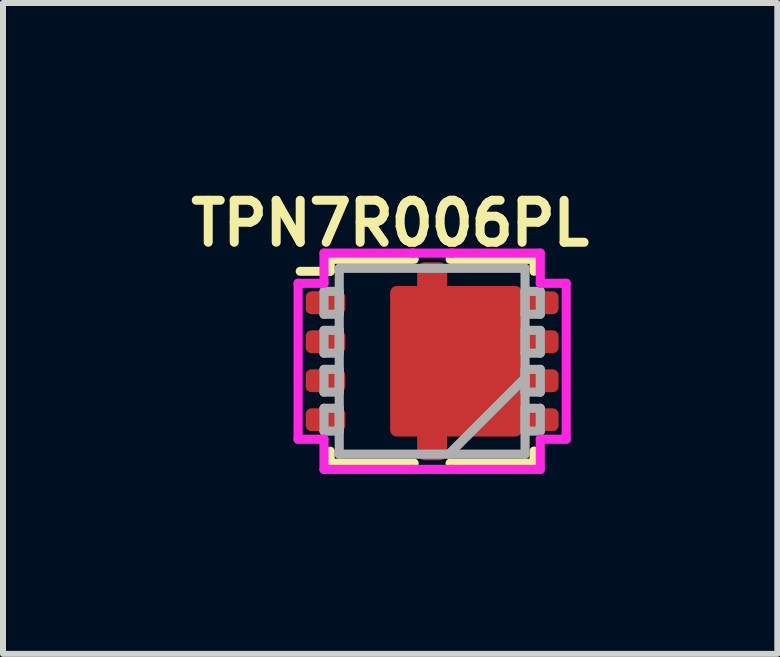
<source format=kicad_pcb>
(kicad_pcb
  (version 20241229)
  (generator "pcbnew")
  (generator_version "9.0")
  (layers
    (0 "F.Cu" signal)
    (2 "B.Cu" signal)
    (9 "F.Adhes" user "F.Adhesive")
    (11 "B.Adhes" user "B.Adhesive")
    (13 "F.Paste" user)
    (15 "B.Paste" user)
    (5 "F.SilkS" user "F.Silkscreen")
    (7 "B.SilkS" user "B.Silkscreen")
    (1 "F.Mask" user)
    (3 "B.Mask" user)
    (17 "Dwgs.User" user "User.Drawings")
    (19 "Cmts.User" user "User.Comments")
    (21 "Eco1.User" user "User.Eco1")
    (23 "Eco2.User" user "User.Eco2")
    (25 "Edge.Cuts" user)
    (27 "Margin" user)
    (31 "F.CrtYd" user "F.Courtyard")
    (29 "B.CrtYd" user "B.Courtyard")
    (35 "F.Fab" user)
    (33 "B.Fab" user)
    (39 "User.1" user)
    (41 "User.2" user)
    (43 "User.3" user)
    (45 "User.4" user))
  (footprint "TPN7R006PL"
    (layer "F.Cu")
    (at 4.155 2.973)
    (property "Reference" "TPN7R006PL" (at -0.7 -2.3 0) (layer "F.SilkS") (effects (font (size 0.7 0.7) (thickness 0.15))))
    (attr smd)
    (fp_line (start -1.7 -1.7) (end -1.7 -1.5) (stroke (width 0.152) (type solid)) (layer "F.SilkS"))
    (fp_line (start -1.7 -1.5) (end -2.2 -1.5) (stroke (width 0.15) (type solid)) (layer "F.SilkS"))
    (fp_line (start -1.7 1.5) (end -1.7 1.7) (stroke (width 0.152) (type solid)) (layer "F.SilkS"))
    (fp_line (start -1.7 1.7) (end -0.3 1.7) (stroke (width 0.152) (type solid)) (layer "F.SilkS"))
    (fp_line (start -0.3 -1.7) (end -1.7 -1.7) (stroke (width 0.152) (type solid)) (layer "F.SilkS"))
    (fp_line (start 0.3 1.7) (end 1.7 1.7) (stroke (width 0.152) (type solid)) (layer "F.SilkS"))
    (fp_line (start 1.7 -1.7) (end 0.3 -1.7) (stroke (width 0.152) (type solid)) (layer "F.SilkS"))
    (fp_line (start 1.7 -1.5) (end 1.7 -1.7) (stroke (width 0.152) (type solid)) (layer "F.SilkS"))
    (fp_line (start 1.7 1.676) (end 1.7 1.498) (stroke (width 0.152) (type solid)) (layer "F.SilkS"))
    (fp_line (start -2.235 -1.3) (end -1.803 -1.3) (stroke (width 0.152) (type solid)) (layer "F.CrtYd"))
    (fp_line (start -2.235 1.3) (end -2.235 -1.3) (stroke (width 0.152) (type solid)) (layer "F.CrtYd"))
    (fp_line (start -1.803 -1.803) (end -0.325 -1.803) (stroke (width 0.152) (type solid)) (layer "F.CrtYd"))
    (fp_line (start -1.803 -1.3) (end -1.803 -1.803) (stroke (width 0.152) (type solid)) (layer "F.CrtYd"))
    (fp_line (start -1.803 1.3) (end -2.235 1.3) (stroke (width 0.152) (type solid)) (layer "F.CrtYd"))
    (fp_line (start -1.803 1.803) (end -1.803 1.3) (stroke (width 0.152) (type solid)) (layer "F.CrtYd"))
    (fp_line (start -0.325 -1.803) (end -0.325 -1.803) (stroke (width 0.152) (type solid)) (layer "F.CrtYd"))
    (fp_line (start -0.325 -1.803) (end 0.325 -1.803) (stroke (width 0.152) (type solid)) (layer "F.CrtYd"))
    (fp_line (start -0.325 1.803) (end -1.803 1.803) (stroke (width 0.152) (type solid)) (layer "F.CrtYd"))
    (fp_line (start -0.325 1.803) (end -0.325 1.803) (stroke (width 0.152) (type solid)) (layer "F.CrtYd"))
    (fp_line (start 0.325 -1.803) (end 0.325 -1.803) (stroke (width 0.152) (type solid)) (layer "F.CrtYd"))
    (fp_line (start 0.325 -1.803) (end 1.803 -1.803) (stroke (width 0.152) (type solid)) (layer "F.CrtYd"))
    (fp_line (start 0.325 1.803) (end -0.325 1.803) (stroke (width 0.152) (type solid)) (layer "F.CrtYd"))
    (fp_line (start 0.325 1.803) (end 0.325 1.803) (stroke (width 0.152) (type solid)) (layer "F.CrtYd"))
    (fp_line (start 1.803 -1.803) (end 1.803 -1.3) (stroke (width 0.152) (type solid)) (layer "F.CrtYd"))
    (fp_line (start 1.803 -1.3) (end 2.235 -1.3) (stroke (width 0.152) (type solid)) (layer "F.CrtYd"))
    (fp_line (start 1.803 1.3) (end 1.803 1.803) (stroke (width 0.152) (type solid)) (layer "F.CrtYd"))
    (fp_line (start 1.803 1.803) (end 0.325 1.803) (stroke (width 0.152) (type solid)) (layer "F.CrtYd"))
    (fp_line (start 2.235 -1.3) (end 2.235 1.3) (stroke (width 0.152) (type solid)) (layer "F.CrtYd"))
    (fp_line (start 2.235 1.3) (end 1.803 1.3) (stroke (width 0.152) (type solid)) (layer "F.CrtYd"))
    (fp_line (start -1.803 -1.165) (end -1.803 -0.784) (stroke (width 0.152) (type solid)) (layer "F.Fab"))
    (fp_line (start -1.803 -0.784) (end -1.549 -0.784) (stroke (width 0.152) (type solid)) (layer "F.Fab"))
    (fp_line (start -1.803 -0.515) (end -1.803 -0.135) (stroke (width 0.152) (type solid)) (layer "F.Fab"))
    (fp_line (start -1.803 -0.135) (end -1.549 -0.135) (stroke (width 0.152) (type solid)) (layer "F.Fab"))
    (fp_line (start -1.803 0.135) (end -1.803 0.515) (stroke (width 0.152) (type solid)) (layer "F.Fab"))
    (fp_line (start -1.803 0.515) (end -1.549 0.515) (stroke (width 0.152) (type solid)) (layer "F.Fab"))
    (fp_line (start -1.803 0.784) (end -1.803 1.165) (stroke (width 0.152) (type solid)) (layer "F.Fab"))
    (fp_line (start -1.803 1.165) (end -1.549 1.165) (stroke (width 0.152) (type solid)) (layer "F.Fab"))
    (fp_line (start -1.549 -1.549) (end -1.549 1.549) (stroke (width 0.152) (type solid)) (layer "F.Fab"))
    (fp_line (start -1.549 -1.165) (end -1.803 -1.165) (stroke (width 0.152) (type solid)) (layer "F.Fab"))
    (fp_line (start -1.549 -0.784) (end -1.549 -1.165) (stroke (width 0.152) (type solid)) (layer "F.Fab"))
    (fp_line (start -1.549 -0.515) (end -1.803 -0.515) (stroke (width 0.152) (type solid)) (layer "F.Fab"))
    (fp_line (start -1.549 -0.135) (end -1.549 -0.515) (stroke (width 0.152) (type solid)) (layer "F.Fab"))
    (fp_line (start -1.549 0.135) (end -1.803 0.135) (stroke (width 0.152) (type solid)) (layer "F.Fab"))
    (fp_line (start -1.549 0.515) (end -1.549 0.135) (stroke (width 0.152) (type solid)) (layer "F.Fab"))
    (fp_line (start -1.549 0.784) (end -1.803 0.784) (stroke (width 0.152) (type solid)) (layer "F.Fab"))
    (fp_line (start -1.549 1.165) (end -1.549 0.784) (stroke (width 0.152) (type solid)) (layer "F.Fab"))
    (fp_line (start -1.549 1.549) (end 1.549 1.549) (stroke (width 0.152) (type solid)) (layer "F.Fab"))
    (fp_line (start 1.549 -1.549) (end -1.549 -1.549) (stroke (width 0.152) (type solid)) (layer "F.Fab"))
    (fp_line (start 1.549 -1.165) (end 1.549 -0.784) (stroke (width 0.152) (type solid)) (layer "F.Fab"))
    (fp_line (start 1.549 -0.784) (end 1.803 -0.784) (stroke (width 0.152) (type solid)) (layer "F.Fab"))
    (fp_line (start 1.549 -0.515) (end 1.549 -0.135) (stroke (width 0.152) (type solid)) (layer "F.Fab"))
    (fp_line (start 1.549 -0.135) (end 1.803 -0.135) (stroke (width 0.152) (type solid)) (layer "F.Fab"))
    (fp_line (start 1.549 0.135) (end 1.549 0.515) (stroke (width 0.152) (type solid)) (layer "F.Fab"))
    (fp_line (start 1.549 0.279) (end 0.279 1.549) (stroke (width 0.152) (type solid)) (layer "F.Fab"))
    (fp_line (start 1.549 0.515) (end 1.803 0.515) (stroke (width 0.152) (type solid)) (layer "F.Fab"))
    (fp_line (start 1.549 0.784) (end 1.549 1.165) (stroke (width 0.152) (type solid)) (layer "F.Fab"))
    (fp_line (start 1.549 1.165) (end 1.803 1.165) (stroke (width 0.152) (type solid)) (layer "F.Fab"))
    (fp_line (start 1.549 1.549) (end 1.549 -1.549) (stroke (width 0.152) (type solid)) (layer "F.Fab"))
    (fp_line (start 1.803 -1.165) (end 1.549 -1.165) (stroke (width 0.152) (type solid)) (layer "F.Fab"))
    (fp_line (start 1.803 -0.784) (end 1.803 -1.165) (stroke (width 0.152) (type solid)) (layer "F.Fab"))
    (fp_line (start 1.803 -0.515) (end 1.549 -0.515) (stroke (width 0.152) (type solid)) (layer "F.Fab"))
    (fp_line (start 1.803 -0.135) (end 1.803 -0.515) (stroke (width 0.152) (type solid)) (layer "F.Fab"))
    (fp_line (start 1.803 0.135) (end 1.549 0.135) (stroke (width 0.152) (type solid)) (layer "F.Fab"))
    (fp_line (start 1.803 0.515) (end 1.803 0.135) (stroke (width 0.152) (type solid)) (layer "F.Fab"))
    (fp_line (start 1.803 0.784) (end 1.549 0.784) (stroke (width 0.152) (type solid)) (layer "F.Fab"))
    (fp_line (start 1.803 1.165) (end 1.803 0.784) (stroke (width 0.152) (type solid)) (layer "F.Fab"))
    (pad "1" smd roundrect (at -1.778 -0.975 90) (size 0.381 0.66) (layers "F.Cu" "F.Mask" "F.Paste") (roundrect_rratio 0.25))
    (pad "1" smd roundrect (at -1.778 -0.325 90) (size 0.381 0.66) (layers "F.Cu" "F.Mask" "F.Paste") (roundrect_rratio 0.25))
    (pad "1" smd roundrect (at -1.778 0.325 90) (size 0.381 0.66) (layers "F.Cu" "F.Mask" "F.Paste") (roundrect_rratio 0.25))
    (pad "2" smd roundrect (at -1.778 0.975 90) (size 0.381 0.66) (layers "F.Cu" "F.Mask" "F.Paste") (roundrect_rratio 0.25))
    (pad "3" smd roundrect (at -0.3 -0.7 180) (size 0.5 0.5) (layers "F.Cu" "F.Paste") (roundrect_rratio 0.25))
    (pad "3" smd roundrect (at -0.3 0 180) (size 0.5 0.5) (layers "F.Cu" "F.Paste") (roundrect_rratio 0.25))
    (pad "3" smd roundrect (at -0.3 0.7 180) (size 0.5 0.5) (layers "F.Cu" "F.Paste") (roundrect_rratio 0.25))
    (pad "3" smd roundrect (at 0 -1.4 180) (size 0.3 0.3) (layers "F.Cu" "F.Paste") (roundrect_rratio 0.25))
    (pad "3" smd roundrect (at 0 -1.4 180) (size 0.5 0.5) (layers "F.Cu" "F.Mask") (roundrect_rratio 0.25))
    (pad "3" smd roundrect (at 0 1.4 180) (size 0.3 0.3) (layers "F.Cu" "F.Paste") (roundrect_rratio 0.25))
    (pad "3" smd roundrect (at 0 1.4 180) (size 0.5 0.5) (layers "F.Cu" "F.Mask") (roundrect_rratio 0.25))
    (pad "3" smd roundrect (at 0.4 -0.7 180) (size 0.5 0.5) (layers "F.Cu" "F.Paste") (roundrect_rratio 0.25))
    (pad "3" smd roundrect (at 0.4 0 180) (size 0.5 0.5) (layers "F.Cu" "F.Paste") (roundrect_rratio 0.25))
    (pad "3" smd roundrect (at 0.4 0 90) (size 2.51 2.2) (layers "F.Cu" "F.Mask") (roundrect_rratio 0.05))
    (pad "3" smd roundrect (at 0.4 0.7 180) (size 0.5 0.5) (layers "F.Cu" "F.Paste") (roundrect_rratio 0.25))
    (pad "3" smd roundrect (at 1.1 -0.7 180) (size 0.5 0.5) (layers "F.Cu" "F.Paste") (roundrect_rratio 0.25))
    (pad "3" smd roundrect (at 1.1 0 180) (size 0.5 0.5) (layers "F.Cu" "F.Paste") (roundrect_rratio 0.25))
    (pad "3" smd roundrect (at 1.1 0.7 180) (size 0.5 0.5) (layers "F.Cu" "F.Paste") (roundrect_rratio 0.25))
    (pad "3" smd roundrect (at 1.778 -0.975 90) (size 0.381 0.66) (layers "F.Cu" "F.Mask" "F.Paste") (roundrect_rratio 0.25))
    (pad "3" smd roundrect (at 1.778 -0.325 90) (size 0.381 0.66) (layers "F.Cu" "F.Mask" "F.Paste") (roundrect_rratio 0.25))
    (pad "3" smd roundrect (at 1.778 0.325 90) (size 0.381 0.66) (layers "F.Cu" "F.Mask" "F.Paste") (roundrect_rratio 0.25))
    (pad "3" smd roundrect (at 1.778 0.975 90) (size 0.381 0.66) (layers "F.Cu" "F.Mask" "F.Paste") (roundrect_rratio 0.25)))
  (gr_rect
    (start -3 -3)
    (end 9.91 7.852)
    (stroke (width 0.1) (type default))
    (fill no)
    (layer "Edge.Cuts")))
</source>
